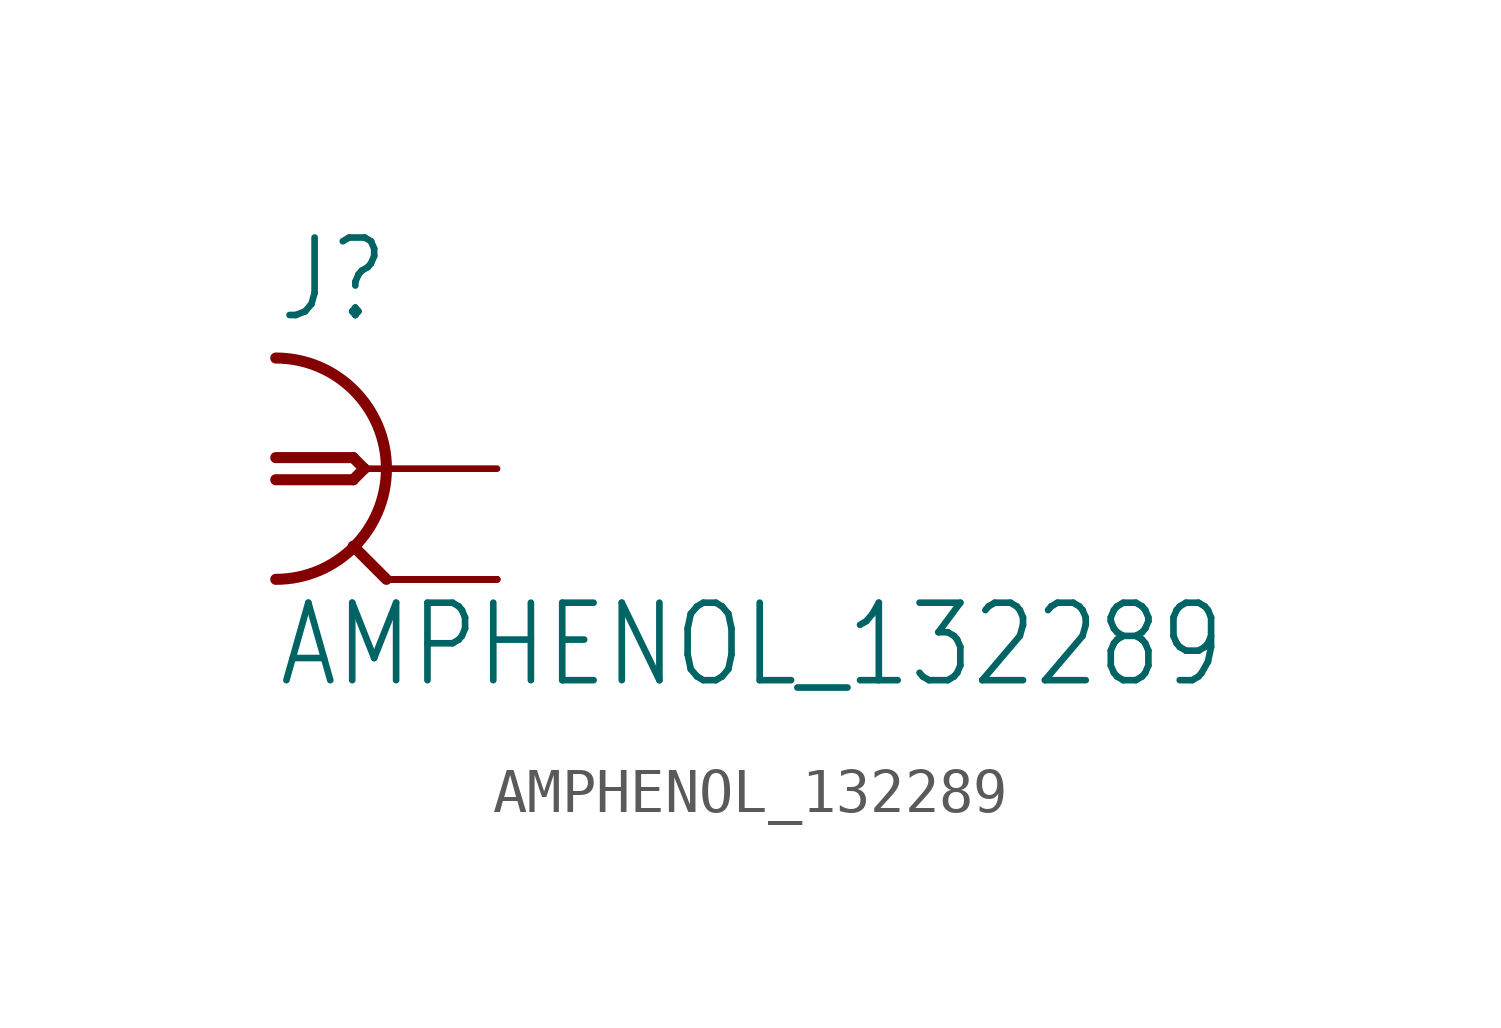
<source format=kicad_sym>
(kicad_symbol_lib
  (version 20201005)
  (generator kicad_symbol_editor)
  (symbol "AMPHENOL_132289"
    (property "Reference" "J"
      (at -5.08 3.302 0)
      (effects (font (size 1.778 1.511)) (justify left bottom)))
    (property "Value" "AMPHENOL_132289"
      (at -5.08 -5.08 0)
      (effects (font (size 1.778 1.511)) (justify left bottom)))
    (property "ki_locked" ""
      (at 0 0 0)
      (effects (font (size 1.27 1.27))))
    (symbol "AMPHENOL_132289_1_0"
      (arc (start -5.08 -2.54) (end -5.08 2.54) (radius (at -5.08 0) (length 2.54) (angles -89.9 89.9)) (stroke (width 0.254)) (fill (type none)))
      (polyline (pts (xy -5.08 0.254) (xy -3.302 0.254)) (stroke (width 0.254)) (fill (type none)))
      (polyline (pts (xy -3.302 -0.254) (xy -5.08 -0.254)) (stroke (width 0.254)) (fill (type none)))
      (polyline (pts (xy -3.302 0.254) (xy -3.048 0)) (stroke (width 0.254)) (fill (type none)))
      (polyline (pts (xy -3.048 0) (xy -3.302 -0.254)) (stroke (width 0.254)) (fill (type none)))
      (polyline (pts (xy -2.54 -2.54) (xy -3.302 -1.778)) (stroke (width 0.254)) (fill (type none)))
      (polyline (pts (xy -2.54 0) (xy -3.048 0)) (stroke (width 0.152)) (fill (type none)))
      (pin passive line (at 0 0 180) (length 2.54) (name "1" (effects (font (size 0 0)))) (number "1" (effects (font (size 0 0)))))
      (pin passive line (at 0 -2.54 180) (length 2.54) (name "2" (effects (font (size 0 0)))) (number "G@1" (effects (font (size 0 0)))))
      (pin passive line (at 0 -2.54 180) (length 2.54) (name "2" (effects (font (size 0 0)))) (number "G@2" (effects (font (size 0 0)))))
      (pin passive line (at 0 -2.54 180) (length 2.54) (name "2" (effects (font (size 0 0)))) (number "G@3" (effects (font (size 0 0)))))
      (pin passive line (at 0 -2.54 180) (length 2.54) (name "2" (effects (font (size 0 0)))) (number "G@4" (effects (font (size 0 0))))))))
</source>
